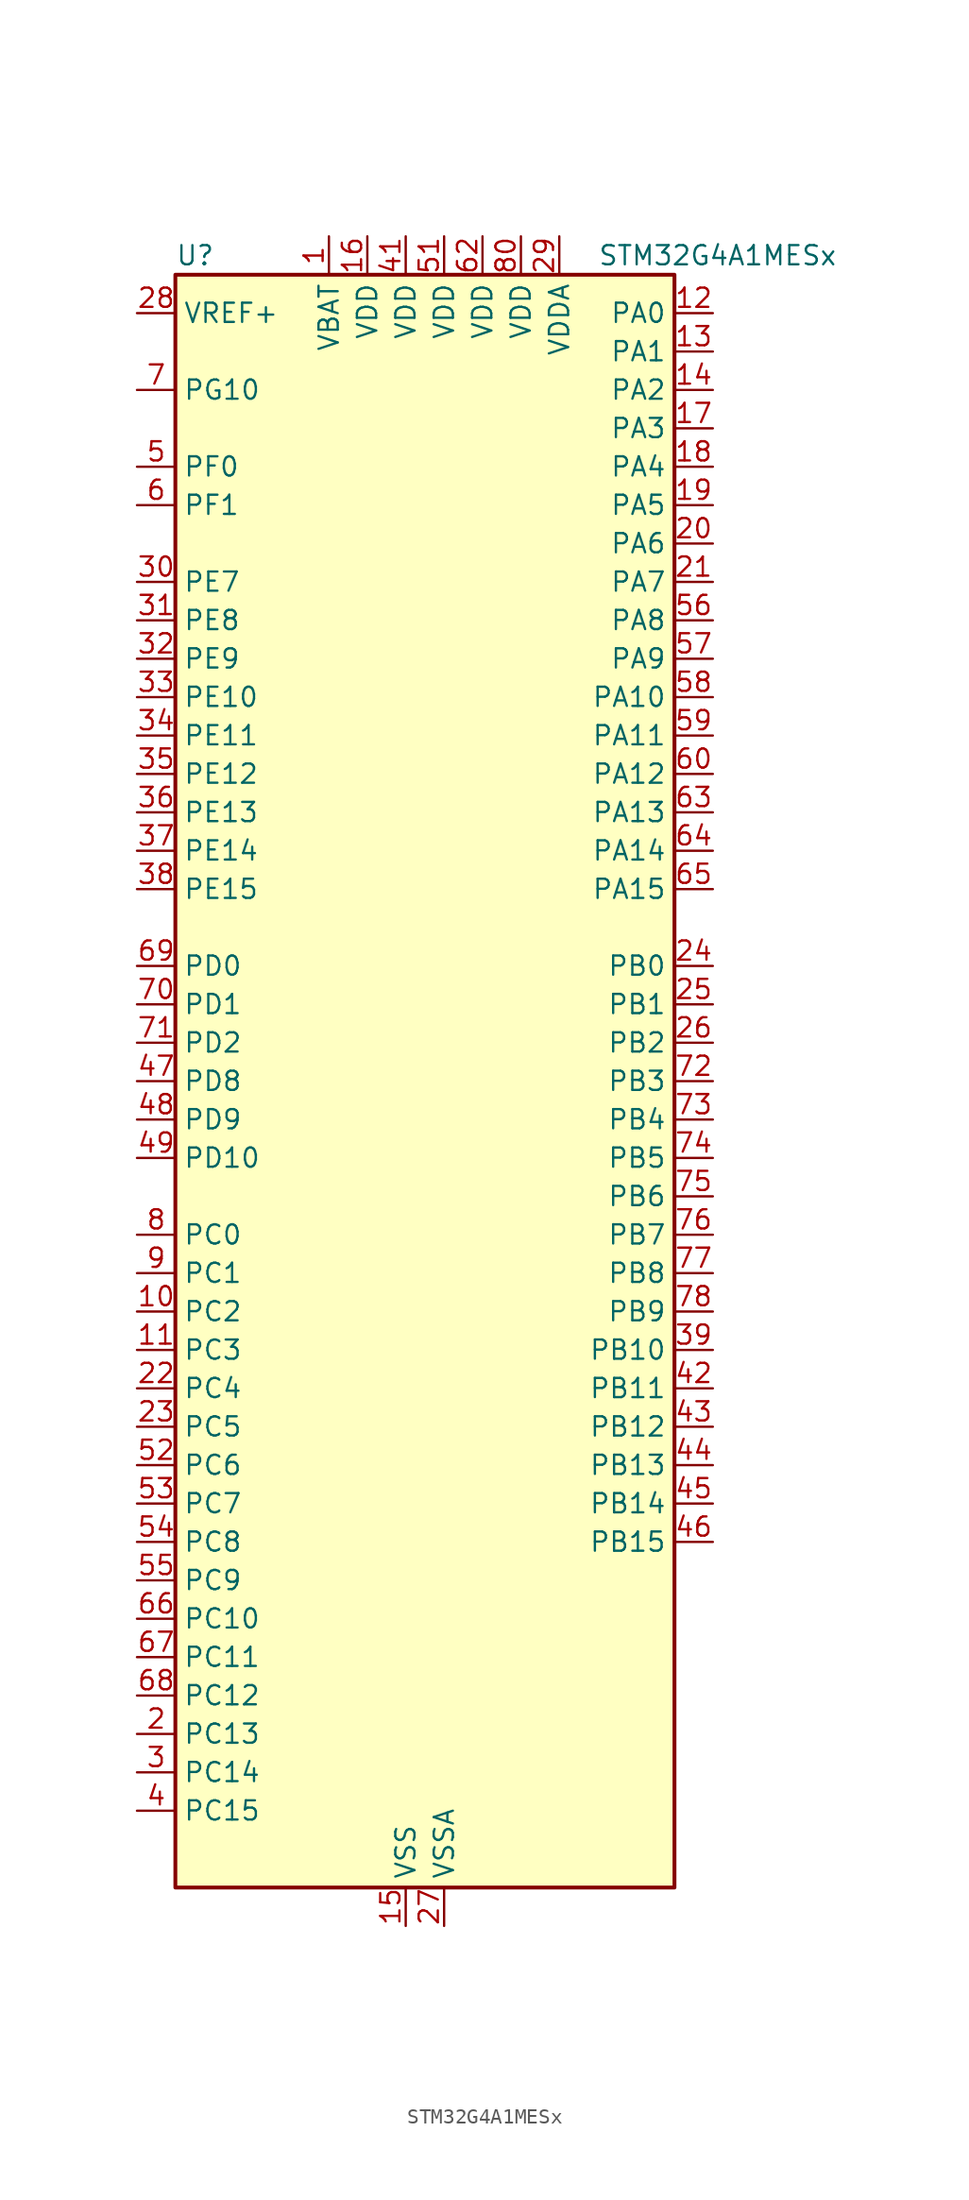
<source format=kicad_sym>
(kicad_symbol_lib
  (version 20220914)
  (generator kicad_symbol_editor)
  (symbol "STM32G4A1MESx"
    (property "Reference" "U"
      (at -15.24 54.61 0)
      (effects (font (size 1.27 1.27)) (justify left)))
    (property "Value" "STM32G4A1MESx"
      (at 12.7 54.61 0)
      (effects (font (size 1.27 1.27)) (justify left)))
    (property "ki_locked" ""
      (at 0 0 0)
      (effects (font (size 1.27 1.27))))
    (symbol "STM32G4A1MESx_0_1"
      (rectangle (start -15.24 -53.34) (end 17.78 53.34) (stroke (width 0.254) (type default)) (fill (type background))))
    (symbol "STM32G4A1MESx_1_1"
      (pin power_in line (at -5.08 55.88 270) (length 2.54) (name "VBAT" (effects (font (size 1.27 1.27)))) (number "1" (effects (font (size 1.27 1.27)))))
      (pin bidirectional line (at -17.78 -15.24 0) (length 2.54) (name "PC2" (effects (font (size 1.27 1.27)))) (number "10" (effects (font (size 1.27 1.27)))) (alternate "ADC1_IN8" bidirectional line) (alternate "ADC2_IN8" bidirectional line) (alternate "ADC3_EXTI2" bidirectional line) (alternate "COMP3_OUT" bidirectional line) (alternate "LPTIM1_IN2" bidirectional line) (alternate "QUADSPI1_BK2_IO1" bidirectional line) (alternate "TIM1_CH3" bidirectional line) (alternate "TIM20_CH2" bidirectional line))
      (pin bidirectional line (at -17.78 -17.78 0) (length 2.54) (name "PC3" (effects (font (size 1.27 1.27)))) (number "11" (effects (font (size 1.27 1.27)))) (alternate "ADC1_IN9" bidirectional line) (alternate "ADC2_IN9" bidirectional line) (alternate "ADC3_EXTI3" bidirectional line) (alternate "LPTIM1_ETR" bidirectional line) (alternate "QUADSPI1_BK2_IO2" bidirectional line) (alternate "SAI1_D1" bidirectional line) (alternate "SAI1_SD_A" bidirectional line) (alternate "TIM1_BKIN2" bidirectional line) (alternate "TIM1_CH4" bidirectional line))
      (pin bidirectional line (at 20.32 50.8 180) (length 2.54) (name "PA0" (effects (font (size 1.27 1.27)))) (number "12" (effects (font (size 1.27 1.27)))) (alternate "ADC1_IN1" bidirectional line) (alternate "ADC2_IN1" bidirectional line) (alternate "COMP1_INM" bidirectional line) (alternate "COMP1_OUT" bidirectional line) (alternate "COMP3_INP" bidirectional line) (alternate "RTC_TAMP2" bidirectional line) (alternate "SYS_WKUP1" bidirectional line) (alternate "TIM2_CH1" bidirectional line) (alternate "TIM2_ETR" bidirectional line) (alternate "TIM8_BKIN" bidirectional line) (alternate "TIM8_ETR" bidirectional line) (alternate "USART2_CTS" bidirectional line) (alternate "USART2_NSS" bidirectional line))
      (pin bidirectional line (at 20.32 48.26 180) (length 2.54) (name "PA1" (effects (font (size 1.27 1.27)))) (number "13" (effects (font (size 1.27 1.27)))) (alternate "ADC1_IN2" bidirectional line) (alternate "ADC2_IN2" bidirectional line) (alternate "COMP1_INP" bidirectional line) (alternate "OPAMP1_VINP" bidirectional line) (alternate "OPAMP1_VINP_SEC" bidirectional line) (alternate "OPAMP3_VINP" bidirectional line) (alternate "OPAMP3_VINP_SEC" bidirectional line) (alternate "OPAMP6_VINM" bidirectional line) (alternate "OPAMP6_VINM0" bidirectional line) (alternate "OPAMP6_VINM_SEC" bidirectional line) (alternate "RTC_REFIN" bidirectional line) (alternate "TIM15_CH1N" bidirectional line) (alternate "TIM2_CH2" bidirectional line) (alternate "USART2_DE" bidirectional line) (alternate "USART2_RTS" bidirectional line))
      (pin bidirectional line (at 20.32 45.72 180) (length 2.54) (name "PA2" (effects (font (size 1.27 1.27)))) (number "14" (effects (font (size 1.27 1.27)))) (alternate "ADC1_IN3" bidirectional line) (alternate "ADC3_EXTI2" bidirectional line) (alternate "COMP2_INM" bidirectional line) (alternate "COMP2_OUT" bidirectional line) (alternate "LPUART1_TX" bidirectional line) (alternate "OPAMP1_VOUT" bidirectional line) (alternate "QUADSPI1_BK1_NCS" bidirectional line) (alternate "RCC_LSCO" bidirectional line) (alternate "SYS_WKUP4" bidirectional line) (alternate "TIM15_CH1" bidirectional line) (alternate "TIM2_CH3" bidirectional line) (alternate "UCPD1_FRSTX1" bidirectional line) (alternate "UCPD1_FRSTX2" bidirectional line) (alternate "USART2_TX" bidirectional line))
      (pin power_in line (at 0 -55.88 90) (length 2.54) (name "VSS" (effects (font (size 1.27 1.27)))) (number "15" (effects (font (size 1.27 1.27)))))
      (pin power_in line (at -2.54 55.88 270) (length 2.54) (name "VDD" (effects (font (size 1.27 1.27)))) (number "16" (effects (font (size 1.27 1.27)))))
      (pin bidirectional line (at 20.32 43.18 180) (length 2.54) (name "PA3" (effects (font (size 1.27 1.27)))) (number "17" (effects (font (size 1.27 1.27)))) (alternate "ADC1_IN4" bidirectional line) (alternate "ADC3_EXTI3" bidirectional line) (alternate "COMP2_INP" bidirectional line) (alternate "LPUART1_RX" bidirectional line) (alternate "OPAMP1_VINM" bidirectional line) (alternate "OPAMP1_VINM0" bidirectional line) (alternate "OPAMP1_VINM_SEC" bidirectional line) (alternate "OPAMP1_VINP" bidirectional line) (alternate "OPAMP1_VINP_SEC" bidirectional line) (alternate "QUADSPI1_CLK" bidirectional line) (alternate "SAI1_CK1" bidirectional line) (alternate "SAI1_MCLK_A" bidirectional line) (alternate "TIM15_CH2" bidirectional line) (alternate "TIM2_CH4" bidirectional line) (alternate "USART2_RX" bidirectional line))
      (pin bidirectional line (at 20.32 40.64 180) (length 2.54) (name "PA4" (effects (font (size 1.27 1.27)))) (number "18" (effects (font (size 1.27 1.27)))) (alternate "ADC2_IN17" bidirectional line) (alternate "COMP1_INM" bidirectional line) (alternate "DAC1_OUT1" bidirectional line) (alternate "I2S3_WS" bidirectional line) (alternate "SAI1_FS_B" bidirectional line) (alternate "SPI1_NSS" bidirectional line) (alternate "SPI3_NSS" bidirectional line) (alternate "TIM3_CH2" bidirectional line) (alternate "USART2_CK" bidirectional line))
      (pin bidirectional line (at 20.32 38.1 180) (length 2.54) (name "PA5" (effects (font (size 1.27 1.27)))) (number "19" (effects (font (size 1.27 1.27)))) (alternate "ADC2_IN13" bidirectional line) (alternate "COMP2_INM" bidirectional line) (alternate "DAC1_OUT2" bidirectional line) (alternate "OPAMP2_VINM" bidirectional line) (alternate "OPAMP2_VINM0" bidirectional line) (alternate "OPAMP2_VINM_SEC" bidirectional line) (alternate "SPI1_SCK" bidirectional line) (alternate "TIM2_CH1" bidirectional line) (alternate "TIM2_ETR" bidirectional line) (alternate "UCPD1_FRSTX1" bidirectional line) (alternate "UCPD1_FRSTX2" bidirectional line))
      (pin bidirectional line (at -17.78 -43.18 0) (length 2.54) (name "PC13" (effects (font (size 1.27 1.27)))) (number "2" (effects (font (size 1.27 1.27)))) (alternate "RTC_OUT1" bidirectional line) (alternate "RTC_TAMP1" bidirectional line) (alternate "RTC_TS" bidirectional line) (alternate "SYS_WKUP2" bidirectional line) (alternate "TIM1_BKIN" bidirectional line) (alternate "TIM1_CH1N" bidirectional line) (alternate "TIM8_CH4N" bidirectional line))
      (pin bidirectional line (at 20.32 35.56 180) (length 2.54) (name "PA6" (effects (font (size 1.27 1.27)))) (number "20" (effects (font (size 1.27 1.27)))) (alternate "ADC2_IN3" bidirectional line) (alternate "COMP1_OUT" bidirectional line) (alternate "LPUART1_CTS" bidirectional line) (alternate "OPAMP2_VOUT" bidirectional line) (alternate "QUADSPI1_BK1_IO3" bidirectional line) (alternate "SPI1_MISO" bidirectional line) (alternate "TIM16_CH1" bidirectional line) (alternate "TIM1_BKIN" bidirectional line) (alternate "TIM3_CH1" bidirectional line) (alternate "TIM8_BKIN" bidirectional line))
      (pin bidirectional line (at 20.32 33.02 180) (length 2.54) (name "PA7" (effects (font (size 1.27 1.27)))) (number "21" (effects (font (size 1.27 1.27)))) (alternate "ADC2_IN4" bidirectional line) (alternate "COMP2_INP" bidirectional line) (alternate "COMP2_OUT" bidirectional line) (alternate "OPAMP1_VINP" bidirectional line) (alternate "OPAMP1_VINP_SEC" bidirectional line) (alternate "OPAMP2_VINP" bidirectional line) (alternate "OPAMP2_VINP_SEC" bidirectional line) (alternate "QUADSPI1_BK1_IO2" bidirectional line) (alternate "SPI1_MOSI" bidirectional line) (alternate "TIM17_CH1" bidirectional line) (alternate "TIM1_CH1N" bidirectional line) (alternate "TIM3_CH2" bidirectional line) (alternate "TIM8_CH1N" bidirectional line) (alternate "UCPD1_FRSTX1" bidirectional line) (alternate "UCPD1_FRSTX2" bidirectional line))
      (pin bidirectional line (at -17.78 -20.32 0) (length 2.54) (name "PC4" (effects (font (size 1.27 1.27)))) (number "22" (effects (font (size 1.27 1.27)))) (alternate "ADC2_IN5" bidirectional line) (alternate "I2C2_SCL" bidirectional line) (alternate "QUADSPI1_BK2_IO3" bidirectional line) (alternate "TIM1_ETR" bidirectional line) (alternate "USART1_TX" bidirectional line))
      (pin bidirectional line (at -17.78 -22.86 0) (length 2.54) (name "PC5" (effects (font (size 1.27 1.27)))) (number "23" (effects (font (size 1.27 1.27)))) (alternate "ADC2_IN11" bidirectional line) (alternate "OPAMP1_VINM" bidirectional line) (alternate "OPAMP1_VINM1" bidirectional line) (alternate "OPAMP1_VINM_SEC" bidirectional line) (alternate "OPAMP2_VINM" bidirectional line) (alternate "OPAMP2_VINM1" bidirectional line) (alternate "OPAMP2_VINM_SEC" bidirectional line) (alternate "SAI1_D3" bidirectional line) (alternate "SYS_WKUP5" bidirectional line) (alternate "TIM15_BKIN" bidirectional line) (alternate "TIM1_CH4N" bidirectional line) (alternate "USART1_RX" bidirectional line))
      (pin bidirectional line (at 20.32 7.62 180) (length 2.54) (name "PB0" (effects (font (size 1.27 1.27)))) (number "24" (effects (font (size 1.27 1.27)))) (alternate "ADC1_IN15" bidirectional line) (alternate "ADC3_IN12" bidirectional line) (alternate "COMP4_INP" bidirectional line) (alternate "OPAMP2_VINP" bidirectional line) (alternate "OPAMP2_VINP_SEC" bidirectional line) (alternate "OPAMP3_VINP" bidirectional line) (alternate "OPAMP3_VINP_SEC" bidirectional line) (alternate "QUADSPI1_BK1_IO1" bidirectional line) (alternate "TIM1_CH2N" bidirectional line) (alternate "TIM3_CH3" bidirectional line) (alternate "TIM8_CH2N" bidirectional line) (alternate "UCPD1_FRSTX1" bidirectional line) (alternate "UCPD1_FRSTX2" bidirectional line))
      (pin bidirectional line (at 20.32 5.08 180) (length 2.54) (name "PB1" (effects (font (size 1.27 1.27)))) (number "25" (effects (font (size 1.27 1.27)))) (alternate "ADC1_IN12" bidirectional line) (alternate "ADC3_IN1" bidirectional line) (alternate "COMP1_INP" bidirectional line) (alternate "COMP4_OUT" bidirectional line) (alternate "LPUART1_DE" bidirectional line) (alternate "LPUART1_RTS" bidirectional line) (alternate "OPAMP3_VOUT" bidirectional line) (alternate "OPAMP6_VINM" bidirectional line) (alternate "OPAMP6_VINM1" bidirectional line) (alternate "OPAMP6_VINM_SEC" bidirectional line) (alternate "QUADSPI1_BK1_IO0" bidirectional line) (alternate "TIM1_CH3N" bidirectional line) (alternate "TIM3_CH4" bidirectional line) (alternate "TIM8_CH3N" bidirectional line))
      (pin bidirectional line (at 20.32 2.54 180) (length 2.54) (name "PB2" (effects (font (size 1.27 1.27)))) (number "26" (effects (font (size 1.27 1.27)))) (alternate "ADC2_IN12" bidirectional line) (alternate "ADC3_EXTI2" bidirectional line) (alternate "COMP4_INM" bidirectional line) (alternate "I2C3_SMBA" bidirectional line) (alternate "LPTIM1_OUT" bidirectional line) (alternate "OPAMP3_VINM" bidirectional line) (alternate "OPAMP3_VINM0" bidirectional line) (alternate "OPAMP3_VINM_SEC" bidirectional line) (alternate "QUADSPI1_BK2_IO1" bidirectional line) (alternate "RTC_OUT2" bidirectional line) (alternate "TIM20_CH1" bidirectional line))
      (pin power_in line (at 2.54 -55.88 90) (length 2.54) (name "VSSA" (effects (font (size 1.27 1.27)))) (number "27" (effects (font (size 1.27 1.27)))))
      (pin input line (at -17.78 50.8 0) (length 2.54) (name "VREF+" (effects (font (size 1.27 1.27)))) (number "28" (effects (font (size 1.27 1.27)))) (alternate "VREFBUF_OUT" bidirectional line))
      (pin power_in line (at 10.16 55.88 270) (length 2.54) (name "VDDA" (effects (font (size 1.27 1.27)))) (number "29" (effects (font (size 1.27 1.27)))))
      (pin bidirectional line (at -17.78 -45.72 0) (length 2.54) (name "PC14" (effects (font (size 1.27 1.27)))) (number "3" (effects (font (size 1.27 1.27)))) (alternate "RCC_OSC32_IN" bidirectional line))
      (pin bidirectional line (at -17.78 33.02 0) (length 2.54) (name "PE7" (effects (font (size 1.27 1.27)))) (number "30" (effects (font (size 1.27 1.27)))) (alternate "ADC3_IN4" bidirectional line) (alternate "COMP4_INP" bidirectional line) (alternate "SAI1_SD_B" bidirectional line) (alternate "TIM1_ETR" bidirectional line))
      (pin bidirectional line (at -17.78 30.48 0) (length 2.54) (name "PE8" (effects (font (size 1.27 1.27)))) (number "31" (effects (font (size 1.27 1.27)))) (alternate "ADC3_IN6" bidirectional line) (alternate "COMP4_INM" bidirectional line) (alternate "SAI1_SCK_B" bidirectional line) (alternate "TIM1_CH1N" bidirectional line))
      (pin bidirectional line (at -17.78 27.94 0) (length 2.54) (name "PE9" (effects (font (size 1.27 1.27)))) (number "32" (effects (font (size 1.27 1.27)))) (alternate "ADC3_IN2" bidirectional line) (alternate "DAC1_EXTI9" bidirectional line) (alternate "DAC3_EXTI9" bidirectional line) (alternate "SAI1_FS_B" bidirectional line) (alternate "TIM1_CH1" bidirectional line))
      (pin bidirectional line (at -17.78 25.4 0) (length 2.54) (name "PE10" (effects (font (size 1.27 1.27)))) (number "33" (effects (font (size 1.27 1.27)))) (alternate "ADC3_IN14" bidirectional line) (alternate "DAC1_EXTI10" bidirectional line) (alternate "DAC3_EXTI10" bidirectional line) (alternate "QUADSPI1_CLK" bidirectional line) (alternate "SAI1_MCLK_B" bidirectional line) (alternate "TIM1_CH2N" bidirectional line))
      (pin bidirectional line (at -17.78 22.86 0) (length 2.54) (name "PE11" (effects (font (size 1.27 1.27)))) (number "34" (effects (font (size 1.27 1.27)))) (alternate "ADC1_EXTI11" bidirectional line) (alternate "ADC2_EXTI11" bidirectional line) (alternate "ADC3_IN15" bidirectional line) (alternate "QUADSPI1_BK1_NCS" bidirectional line) (alternate "TIM1_CH2" bidirectional line))
      (pin bidirectional line (at -17.78 20.32 0) (length 2.54) (name "PE12" (effects (font (size 1.27 1.27)))) (number "35" (effects (font (size 1.27 1.27)))) (alternate "ADC3_IN16" bidirectional line) (alternate "QUADSPI1_BK1_IO0" bidirectional line) (alternate "TIM1_CH3N" bidirectional line))
      (pin bidirectional line (at -17.78 17.78 0) (length 2.54) (name "PE13" (effects (font (size 1.27 1.27)))) (number "36" (effects (font (size 1.27 1.27)))) (alternate "ADC3_IN3" bidirectional line) (alternate "QUADSPI1_BK1_IO1" bidirectional line) (alternate "TIM1_CH3" bidirectional line))
      (pin bidirectional line (at -17.78 15.24 0) (length 2.54) (name "PE14" (effects (font (size 1.27 1.27)))) (number "37" (effects (font (size 1.27 1.27)))) (alternate "QUADSPI1_BK1_IO2" bidirectional line) (alternate "TIM1_BKIN2" bidirectional line) (alternate "TIM1_CH4" bidirectional line))
      (pin bidirectional line (at -17.78 12.7 0) (length 2.54) (name "PE15" (effects (font (size 1.27 1.27)))) (number "38" (effects (font (size 1.27 1.27)))) (alternate "ADC1_EXTI15" bidirectional line) (alternate "ADC2_EXTI15" bidirectional line) (alternate "QUADSPI1_BK1_IO3" bidirectional line) (alternate "TIM1_BKIN" bidirectional line) (alternate "TIM1_CH4N" bidirectional line) (alternate "USART3_RX" bidirectional line))
      (pin bidirectional line (at 20.32 -17.78 180) (length 2.54) (name "PB10" (effects (font (size 1.27 1.27)))) (number "39" (effects (font (size 1.27 1.27)))) (alternate "DAC1_EXTI10" bidirectional line) (alternate "DAC3_EXTI10" bidirectional line) (alternate "LPUART1_RX" bidirectional line) (alternate "OPAMP3_VINM" bidirectional line) (alternate "OPAMP3_VINM1" bidirectional line) (alternate "OPAMP3_VINM_SEC" bidirectional line) (alternate "QUADSPI1_CLK" bidirectional line) (alternate "SAI1_SCK_A" bidirectional line) (alternate "TIM1_BKIN" bidirectional line) (alternate "TIM2_CH3" bidirectional line) (alternate "USART3_TX" bidirectional line))
      (pin bidirectional line (at -17.78 -48.26 0) (length 2.54) (name "PC15" (effects (font (size 1.27 1.27)))) (number "4" (effects (font (size 1.27 1.27)))) (alternate "ADC1_EXTI15" bidirectional line) (alternate "ADC2_EXTI15" bidirectional line) (alternate "RCC_OSC32_OUT" bidirectional line))
      (pin passive line (at 0 -55.88 90) (length 2.54) hide (name "VSS" (effects (font (size 1.27 1.27)))) (number "40" (effects (font (size 1.27 1.27)))))
      (pin power_in line (at 0 55.88 270) (length 2.54) (name "VDD" (effects (font (size 1.27 1.27)))) (number "41" (effects (font (size 1.27 1.27)))))
      (pin bidirectional line (at 20.32 -20.32 180) (length 2.54) (name "PB11" (effects (font (size 1.27 1.27)))) (number "42" (effects (font (size 1.27 1.27)))) (alternate "ADC1_EXTI11" bidirectional line) (alternate "ADC1_IN14" bidirectional line) (alternate "ADC2_EXTI11" bidirectional line) (alternate "ADC2_IN14" bidirectional line) (alternate "LPUART1_TX" bidirectional line) (alternate "OPAMP6_VOUT" bidirectional line) (alternate "QUADSPI1_BK1_NCS" bidirectional line) (alternate "TIM2_CH4" bidirectional line) (alternate "USART3_RX" bidirectional line))
      (pin bidirectional line (at 20.32 -22.86 180) (length 2.54) (name "PB12" (effects (font (size 1.27 1.27)))) (number "43" (effects (font (size 1.27 1.27)))) (alternate "ADC1_IN11" bidirectional line) (alternate "FDCAN2_RX" bidirectional line) (alternate "I2C2_SMBA" bidirectional line) (alternate "I2S2_WS" bidirectional line) (alternate "LPUART1_DE" bidirectional line) (alternate "LPUART1_RTS" bidirectional line) (alternate "OPAMP6_VINP" bidirectional line) (alternate "OPAMP6_VINP_SEC" bidirectional line) (alternate "SPI2_NSS" bidirectional line) (alternate "TIM1_BKIN" bidirectional line) (alternate "USART3_CK" bidirectional line))
      (pin bidirectional line (at 20.32 -25.4 180) (length 2.54) (name "PB13" (effects (font (size 1.27 1.27)))) (number "44" (effects (font (size 1.27 1.27)))) (alternate "ADC3_IN5" bidirectional line) (alternate "FDCAN2_TX" bidirectional line) (alternate "I2S2_CK" bidirectional line) (alternate "LPUART1_CTS" bidirectional line) (alternate "OPAMP3_VINP" bidirectional line) (alternate "OPAMP3_VINP_SEC" bidirectional line) (alternate "OPAMP6_VINP" bidirectional line) (alternate "OPAMP6_VINP_SEC" bidirectional line) (alternate "SPI2_SCK" bidirectional line) (alternate "TIM1_CH1N" bidirectional line) (alternate "USART3_CTS" bidirectional line) (alternate "USART3_NSS" bidirectional line))
      (pin bidirectional line (at 20.32 -27.94 180) (length 2.54) (name "PB14" (effects (font (size 1.27 1.27)))) (number "45" (effects (font (size 1.27 1.27)))) (alternate "ADC1_IN5" bidirectional line) (alternate "COMP4_OUT" bidirectional line) (alternate "OPAMP2_VINP" bidirectional line) (alternate "OPAMP2_VINP_SEC" bidirectional line) (alternate "SPI2_MISO" bidirectional line) (alternate "TIM15_CH1" bidirectional line) (alternate "TIM1_CH2N" bidirectional line) (alternate "USART3_DE" bidirectional line) (alternate "USART3_RTS" bidirectional line))
      (pin bidirectional line (at 20.32 -30.48 180) (length 2.54) (name "PB15" (effects (font (size 1.27 1.27)))) (number "46" (effects (font (size 1.27 1.27)))) (alternate "ADC1_EXTI15" bidirectional line) (alternate "ADC2_EXTI15" bidirectional line) (alternate "ADC2_IN15" bidirectional line) (alternate "COMP3_OUT" bidirectional line) (alternate "I2S2_SD" bidirectional line) (alternate "RTC_REFIN" bidirectional line) (alternate "SPI2_MOSI" bidirectional line) (alternate "TIM15_CH1N" bidirectional line) (alternate "TIM15_CH2" bidirectional line) (alternate "TIM1_CH3N" bidirectional line))
      (pin bidirectional line (at -17.78 0 0) (length 2.54) (name "PD8" (effects (font (size 1.27 1.27)))) (number "47" (effects (font (size 1.27 1.27)))) (alternate "USART3_TX" bidirectional line))
      (pin bidirectional line (at -17.78 -2.54 0) (length 2.54) (name "PD9" (effects (font (size 1.27 1.27)))) (number "48" (effects (font (size 1.27 1.27)))) (alternate "DAC1_EXTI9" bidirectional line) (alternate "DAC3_EXTI9" bidirectional line) (alternate "OPAMP6_VINP" bidirectional line) (alternate "OPAMP6_VINP_SEC" bidirectional line) (alternate "USART3_RX" bidirectional line))
      (pin bidirectional line (at -17.78 -5.08 0) (length 2.54) (name "PD10" (effects (font (size 1.27 1.27)))) (number "49" (effects (font (size 1.27 1.27)))) (alternate "ADC3_IN7" bidirectional line) (alternate "DAC1_EXTI10" bidirectional line) (alternate "DAC3_EXTI10" bidirectional line) (alternate "USART3_CK" bidirectional line))
      (pin bidirectional line (at -17.78 40.64 0) (length 2.54) (name "PF0" (effects (font (size 1.27 1.27)))) (number "5" (effects (font (size 1.27 1.27)))) (alternate "ADC1_IN10" bidirectional line) (alternate "I2C2_SDA" bidirectional line) (alternate "I2S2_WS" bidirectional line) (alternate "RCC_OSC_IN" bidirectional line) (alternate "SPI2_NSS" bidirectional line) (alternate "TIM1_CH3N" bidirectional line))
      (pin passive line (at 0 -55.88 90) (length 2.54) hide (name "VSS" (effects (font (size 1.27 1.27)))) (number "50" (effects (font (size 1.27 1.27)))))
      (pin power_in line (at 2.54 55.88 270) (length 2.54) (name "VDD" (effects (font (size 1.27 1.27)))) (number "51" (effects (font (size 1.27 1.27)))))
      (pin bidirectional line (at -17.78 -25.4 0) (length 2.54) (name "PC6" (effects (font (size 1.27 1.27)))) (number "52" (effects (font (size 1.27 1.27)))) (alternate "I2S2_MCK" bidirectional line) (alternate "TIM3_CH1" bidirectional line) (alternate "TIM8_CH1" bidirectional line))
      (pin bidirectional line (at -17.78 -27.94 0) (length 2.54) (name "PC7" (effects (font (size 1.27 1.27)))) (number "53" (effects (font (size 1.27 1.27)))) (alternate "I2S3_MCK" bidirectional line) (alternate "TIM3_CH2" bidirectional line) (alternate "TIM8_CH2" bidirectional line))
      (pin bidirectional line (at -17.78 -30.48 0) (length 2.54) (name "PC8" (effects (font (size 1.27 1.27)))) (number "54" (effects (font (size 1.27 1.27)))) (alternate "I2C3_SCL" bidirectional line) (alternate "TIM20_CH3" bidirectional line) (alternate "TIM3_CH3" bidirectional line) (alternate "TIM8_CH3" bidirectional line))
      (pin bidirectional line (at -17.78 -33.02 0) (length 2.54) (name "PC9" (effects (font (size 1.27 1.27)))) (number "55" (effects (font (size 1.27 1.27)))) (alternate "DAC1_EXTI9" bidirectional line) (alternate "DAC3_EXTI9" bidirectional line) (alternate "I2C3_SDA" bidirectional line) (alternate "I2S_CKIN" bidirectional line) (alternate "TIM3_CH4" bidirectional line) (alternate "TIM8_BKIN2" bidirectional line) (alternate "TIM8_CH4" bidirectional line))
      (pin bidirectional line (at 20.32 30.48 180) (length 2.54) (name "PA8" (effects (font (size 1.27 1.27)))) (number "56" (effects (font (size 1.27 1.27)))) (alternate "I2C2_SDA" bidirectional line) (alternate "I2C3_SCL" bidirectional line) (alternate "I2S2_MCK" bidirectional line) (alternate "RCC_MCO" bidirectional line) (alternate "SAI1_CK2" bidirectional line) (alternate "SAI1_SCK_A" bidirectional line) (alternate "TIM1_CH1" bidirectional line) (alternate "TIM4_ETR" bidirectional line) (alternate "USART1_CK" bidirectional line))
      (pin bidirectional line (at 20.32 27.94 180) (length 2.54) (name "PA9" (effects (font (size 1.27 1.27)))) (number "57" (effects (font (size 1.27 1.27)))) (alternate "DAC1_EXTI9" bidirectional line) (alternate "DAC3_EXTI9" bidirectional line) (alternate "I2C2_SCL" bidirectional line) (alternate "I2C3_SMBA" bidirectional line) (alternate "I2S3_MCK" bidirectional line) (alternate "SAI1_FS_A" bidirectional line) (alternate "TIM15_BKIN" bidirectional line) (alternate "TIM1_CH2" bidirectional line) (alternate "TIM2_CH3" bidirectional line) (alternate "UCPD1_DBCC1" bidirectional line) (alternate "USART1_TX" bidirectional line))
      (pin bidirectional line (at 20.32 25.4 180) (length 2.54) (name "PA10" (effects (font (size 1.27 1.27)))) (number "58" (effects (font (size 1.27 1.27)))) (alternate "CRS_SYNC" bidirectional line) (alternate "DAC1_EXTI10" bidirectional line) (alternate "DAC3_EXTI10" bidirectional line) (alternate "I2C2_SMBA" bidirectional line) (alternate "SAI1_D1" bidirectional line) (alternate "SAI1_SD_A" bidirectional line) (alternate "SPI2_MISO" bidirectional line) (alternate "TIM17_BKIN" bidirectional line) (alternate "TIM1_CH3" bidirectional line) (alternate "TIM2_CH4" bidirectional line) (alternate "TIM8_BKIN" bidirectional line) (alternate "UCPD1_DBCC2" bidirectional line) (alternate "USART1_RX" bidirectional line))
      (pin bidirectional line (at 20.32 22.86 180) (length 2.54) (name "PA11" (effects (font (size 1.27 1.27)))) (number "59" (effects (font (size 1.27 1.27)))) (alternate "ADC1_EXTI11" bidirectional line) (alternate "ADC2_EXTI11" bidirectional line) (alternate "COMP1_OUT" bidirectional line) (alternate "FDCAN1_RX" bidirectional line) (alternate "I2S2_SD" bidirectional line) (alternate "SPI2_MOSI" bidirectional line) (alternate "TIM1_BKIN2" bidirectional line) (alternate "TIM1_CH1N" bidirectional line) (alternate "TIM1_CH4" bidirectional line) (alternate "TIM4_CH1" bidirectional line) (alternate "USART1_CTS" bidirectional line) (alternate "USART1_NSS" bidirectional line) (alternate "USB_DM" bidirectional line))
      (pin bidirectional line (at -17.78 38.1 0) (length 2.54) (name "PF1" (effects (font (size 1.27 1.27)))) (number "6" (effects (font (size 1.27 1.27)))) (alternate "ADC2_IN10" bidirectional line) (alternate "COMP3_INM" bidirectional line) (alternate "I2S2_CK" bidirectional line) (alternate "RCC_OSC_OUT" bidirectional line) (alternate "SPI2_SCK" bidirectional line))
      (pin bidirectional line (at 20.32 20.32 180) (length 2.54) (name "PA12" (effects (font (size 1.27 1.27)))) (number "60" (effects (font (size 1.27 1.27)))) (alternate "COMP2_OUT" bidirectional line) (alternate "FDCAN1_TX" bidirectional line) (alternate "I2S_CKIN" bidirectional line) (alternate "TIM16_CH1" bidirectional line) (alternate "TIM1_CH2N" bidirectional line) (alternate "TIM1_ETR" bidirectional line) (alternate "TIM4_CH2" bidirectional line) (alternate "USART1_DE" bidirectional line) (alternate "USART1_RTS" bidirectional line) (alternate "USB_DP" bidirectional line))
      (pin passive line (at 0 -55.88 90) (length 2.54) hide (name "VSS" (effects (font (size 1.27 1.27)))) (number "61" (effects (font (size 1.27 1.27)))))
      (pin power_in line (at 5.08 55.88 270) (length 2.54) (name "VDD" (effects (font (size 1.27 1.27)))) (number "62" (effects (font (size 1.27 1.27)))))
      (pin bidirectional line (at 20.32 17.78 180) (length 2.54) (name "PA13" (effects (font (size 1.27 1.27)))) (number "63" (effects (font (size 1.27 1.27)))) (alternate "I2C1_SCL" bidirectional line) (alternate "IR_OUT" bidirectional line) (alternate "SAI1_SD_B" bidirectional line) (alternate "SYS_JTMS-SWDIO" bidirectional line) (alternate "TIM16_CH1N" bidirectional line) (alternate "TIM4_CH3" bidirectional line) (alternate "USART3_CTS" bidirectional line) (alternate "USART3_NSS" bidirectional line))
      (pin bidirectional line (at 20.32 15.24 180) (length 2.54) (name "PA14" (effects (font (size 1.27 1.27)))) (number "64" (effects (font (size 1.27 1.27)))) (alternate "I2C1_SDA" bidirectional line) (alternate "LPTIM1_OUT" bidirectional line) (alternate "SAI1_FS_B" bidirectional line) (alternate "SYS_JTCK-SWCLK" bidirectional line) (alternate "TIM1_BKIN" bidirectional line) (alternate "TIM8_CH2" bidirectional line) (alternate "USART2_TX" bidirectional line))
      (pin bidirectional line (at 20.32 12.7 180) (length 2.54) (name "PA15" (effects (font (size 1.27 1.27)))) (number "65" (effects (font (size 1.27 1.27)))) (alternate "ADC1_EXTI15" bidirectional line) (alternate "ADC2_EXTI15" bidirectional line) (alternate "I2C1_SCL" bidirectional line) (alternate "I2S3_WS" bidirectional line) (alternate "SPI1_NSS" bidirectional line) (alternate "SPI3_NSS" bidirectional line) (alternate "SYS_JTDI" bidirectional line) (alternate "TIM1_BKIN" bidirectional line) (alternate "TIM20_ETR" bidirectional line) (alternate "TIM2_CH1" bidirectional line) (alternate "TIM2_ETR" bidirectional line) (alternate "TIM8_CH1" bidirectional line) (alternate "UART4_DE" bidirectional line) (alternate "UART4_RTS" bidirectional line) (alternate "USART2_RX" bidirectional line))
      (pin bidirectional line (at -17.78 -35.56 0) (length 2.54) (name "PC10" (effects (font (size 1.27 1.27)))) (number "66" (effects (font (size 1.27 1.27)))) (alternate "DAC1_EXTI10" bidirectional line) (alternate "DAC3_EXTI10" bidirectional line) (alternate "I2S3_CK" bidirectional line) (alternate "SPI3_SCK" bidirectional line) (alternate "TIM8_CH1N" bidirectional line) (alternate "UART4_TX" bidirectional line) (alternate "USART3_TX" bidirectional line))
      (pin bidirectional line (at -17.78 -38.1 0) (length 2.54) (name "PC11" (effects (font (size 1.27 1.27)))) (number "67" (effects (font (size 1.27 1.27)))) (alternate "ADC1_EXTI11" bidirectional line) (alternate "ADC2_EXTI11" bidirectional line) (alternate "I2C3_SDA" bidirectional line) (alternate "SPI3_MISO" bidirectional line) (alternate "TIM8_CH2N" bidirectional line) (alternate "UART4_RX" bidirectional line) (alternate "USART3_RX" bidirectional line))
      (pin bidirectional line (at -17.78 -40.64 0) (length 2.54) (name "PC12" (effects (font (size 1.27 1.27)))) (number "68" (effects (font (size 1.27 1.27)))) (alternate "I2S3_SD" bidirectional line) (alternate "SPI3_MOSI" bidirectional line) (alternate "TIM8_CH3N" bidirectional line) (alternate "UART5_TX" bidirectional line) (alternate "UCPD1_FRSTX1" bidirectional line) (alternate "UCPD1_FRSTX2" bidirectional line) (alternate "USART3_CK" bidirectional line))
      (pin bidirectional line (at -17.78 7.62 0) (length 2.54) (name "PD0" (effects (font (size 1.27 1.27)))) (number "69" (effects (font (size 1.27 1.27)))) (alternate "FDCAN1_RX" bidirectional line) (alternate "TIM8_CH4N" bidirectional line))
      (pin bidirectional line (at -17.78 45.72 0) (length 2.54) (name "PG10" (effects (font (size 1.27 1.27)))) (number "7" (effects (font (size 1.27 1.27)))) (alternate "DAC1_EXTI10" bidirectional line) (alternate "DAC3_EXTI10" bidirectional line) (alternate "RCC_MCO" bidirectional line))
      (pin bidirectional line (at -17.78 5.08 0) (length 2.54) (name "PD1" (effects (font (size 1.27 1.27)))) (number "70" (effects (font (size 1.27 1.27)))) (alternate "FDCAN1_TX" bidirectional line) (alternate "TIM8_BKIN2" bidirectional line) (alternate "TIM8_CH4" bidirectional line))
      (pin bidirectional line (at -17.78 2.54 0) (length 2.54) (name "PD2" (effects (font (size 1.27 1.27)))) (number "71" (effects (font (size 1.27 1.27)))) (alternate "ADC3_EXTI2" bidirectional line) (alternate "TIM3_ETR" bidirectional line) (alternate "TIM8_BKIN" bidirectional line) (alternate "UART5_RX" bidirectional line))
      (pin bidirectional line (at 20.32 0 180) (length 2.54) (name "PB3" (effects (font (size 1.27 1.27)))) (number "72" (effects (font (size 1.27 1.27)))) (alternate "ADC3_EXTI3" bidirectional line) (alternate "CRS_SYNC" bidirectional line) (alternate "I2S3_CK" bidirectional line) (alternate "SAI1_SCK_B" bidirectional line) (alternate "SPI1_SCK" bidirectional line) (alternate "SPI3_SCK" bidirectional line) (alternate "SYS_JTDO-SWO" bidirectional line) (alternate "TIM2_CH2" bidirectional line) (alternate "TIM3_ETR" bidirectional line) (alternate "TIM4_ETR" bidirectional line) (alternate "TIM8_CH1N" bidirectional line) (alternate "USART2_TX" bidirectional line))
      (pin bidirectional line (at 20.32 -2.54 180) (length 2.54) (name "PB4" (effects (font (size 1.27 1.27)))) (number "73" (effects (font (size 1.27 1.27)))) (alternate "SAI1_MCLK_B" bidirectional line) (alternate "SPI1_MISO" bidirectional line) (alternate "SPI3_MISO" bidirectional line) (alternate "SYS_JTRST" bidirectional line) (alternate "TIM16_CH1" bidirectional line) (alternate "TIM17_BKIN" bidirectional line) (alternate "TIM3_CH1" bidirectional line) (alternate "TIM8_CH2N" bidirectional line) (alternate "UART5_DE" bidirectional line) (alternate "UART5_RTS" bidirectional line) (alternate "UCPD1_CC2" bidirectional line) (alternate "USART2_RX" bidirectional line))
      (pin bidirectional line (at 20.32 -5.08 180) (length 2.54) (name "PB5" (effects (font (size 1.27 1.27)))) (number "74" (effects (font (size 1.27 1.27)))) (alternate "FDCAN2_RX" bidirectional line) (alternate "I2C1_SMBA" bidirectional line) (alternate "I2C3_SDA" bidirectional line) (alternate "I2S3_SD" bidirectional line) (alternate "LPTIM1_IN1" bidirectional line) (alternate "SAI1_SD_B" bidirectional line) (alternate "SPI1_MOSI" bidirectional line) (alternate "SPI3_MOSI" bidirectional line) (alternate "TIM16_BKIN" bidirectional line) (alternate "TIM17_CH1" bidirectional line) (alternate "TIM3_CH2" bidirectional line) (alternate "TIM8_CH3N" bidirectional line) (alternate "UART5_CTS" bidirectional line) (alternate "USART2_CK" bidirectional line))
      (pin bidirectional line (at 20.32 -7.62 180) (length 2.54) (name "PB6" (effects (font (size 1.27 1.27)))) (number "75" (effects (font (size 1.27 1.27)))) (alternate "COMP4_OUT" bidirectional line) (alternate "FDCAN2_TX" bidirectional line) (alternate "LPTIM1_ETR" bidirectional line) (alternate "SAI1_FS_B" bidirectional line) (alternate "TIM16_CH1N" bidirectional line) (alternate "TIM4_CH1" bidirectional line) (alternate "TIM8_BKIN2" bidirectional line) (alternate "TIM8_CH1" bidirectional line) (alternate "TIM8_ETR" bidirectional line) (alternate "UCPD1_CC1" bidirectional line) (alternate "USART1_TX" bidirectional line))
      (pin bidirectional line (at 20.32 -10.16 180) (length 2.54) (name "PB7" (effects (font (size 1.27 1.27)))) (number "76" (effects (font (size 1.27 1.27)))) (alternate "COMP3_OUT" bidirectional line) (alternate "I2C1_SDA" bidirectional line) (alternate "LPTIM1_IN2" bidirectional line) (alternate "SYS_PVD_IN" bidirectional line) (alternate "TIM17_CH1N" bidirectional line) (alternate "TIM3_CH4" bidirectional line) (alternate "TIM4_CH2" bidirectional line) (alternate "TIM8_BKIN" bidirectional line) (alternate "UART4_CTS" bidirectional line) (alternate "USART1_RX" bidirectional line))
      (pin bidirectional line (at 20.32 -12.7 180) (length 2.54) (name "PB8" (effects (font (size 1.27 1.27)))) (number "77" (effects (font (size 1.27 1.27)))) (alternate "COMP1_OUT" bidirectional line) (alternate "FDCAN1_RX" bidirectional line) (alternate "I2C1_SCL" bidirectional line) (alternate "SAI1_CK1" bidirectional line) (alternate "SAI1_MCLK_A" bidirectional line) (alternate "TIM16_CH1" bidirectional line) (alternate "TIM1_BKIN" bidirectional line) (alternate "TIM4_CH3" bidirectional line) (alternate "TIM8_CH2" bidirectional line) (alternate "USART3_RX" bidirectional line))
      (pin bidirectional line (at 20.32 -15.24 180) (length 2.54) (name "PB9" (effects (font (size 1.27 1.27)))) (number "78" (effects (font (size 1.27 1.27)))) (alternate "COMP2_OUT" bidirectional line) (alternate "DAC1_EXTI9" bidirectional line) (alternate "DAC3_EXTI9" bidirectional line) (alternate "FDCAN1_TX" bidirectional line) (alternate "I2C1_SDA" bidirectional line) (alternate "IR_OUT" bidirectional line) (alternate "SAI1_D2" bidirectional line) (alternate "SAI1_FS_A" bidirectional line) (alternate "TIM17_CH1" bidirectional line) (alternate "TIM1_CH3N" bidirectional line) (alternate "TIM4_CH4" bidirectional line) (alternate "TIM8_CH3" bidirectional line) (alternate "USART3_TX" bidirectional line))
      (pin passive line (at 0 -55.88 90) (length 2.54) hide (name "VSS" (effects (font (size 1.27 1.27)))) (number "79" (effects (font (size 1.27 1.27)))))
      (pin bidirectional line (at -17.78 -10.16 0) (length 2.54) (name "PC0" (effects (font (size 1.27 1.27)))) (number "8" (effects (font (size 1.27 1.27)))) (alternate "ADC1_IN6" bidirectional line) (alternate "ADC2_IN6" bidirectional line) (alternate "COMP3_INM" bidirectional line) (alternate "LPTIM1_IN1" bidirectional line) (alternate "LPUART1_RX" bidirectional line) (alternate "TIM1_CH1" bidirectional line))
      (pin power_in line (at 7.62 55.88 270) (length 2.54) (name "VDD" (effects (font (size 1.27 1.27)))) (number "80" (effects (font (size 1.27 1.27)))))
      (pin bidirectional line (at -17.78 -12.7 0) (length 2.54) (name "PC1" (effects (font (size 1.27 1.27)))) (number "9" (effects (font (size 1.27 1.27)))) (alternate "ADC1_IN7" bidirectional line) (alternate "ADC2_IN7" bidirectional line) (alternate "COMP3_INP" bidirectional line) (alternate "LPTIM1_OUT" bidirectional line) (alternate "LPUART1_TX" bidirectional line) (alternate "QUADSPI1_BK2_IO0" bidirectional line) (alternate "SAI1_SD_A" bidirectional line) (alternate "TIM1_CH2" bidirectional line)))))
</source>
